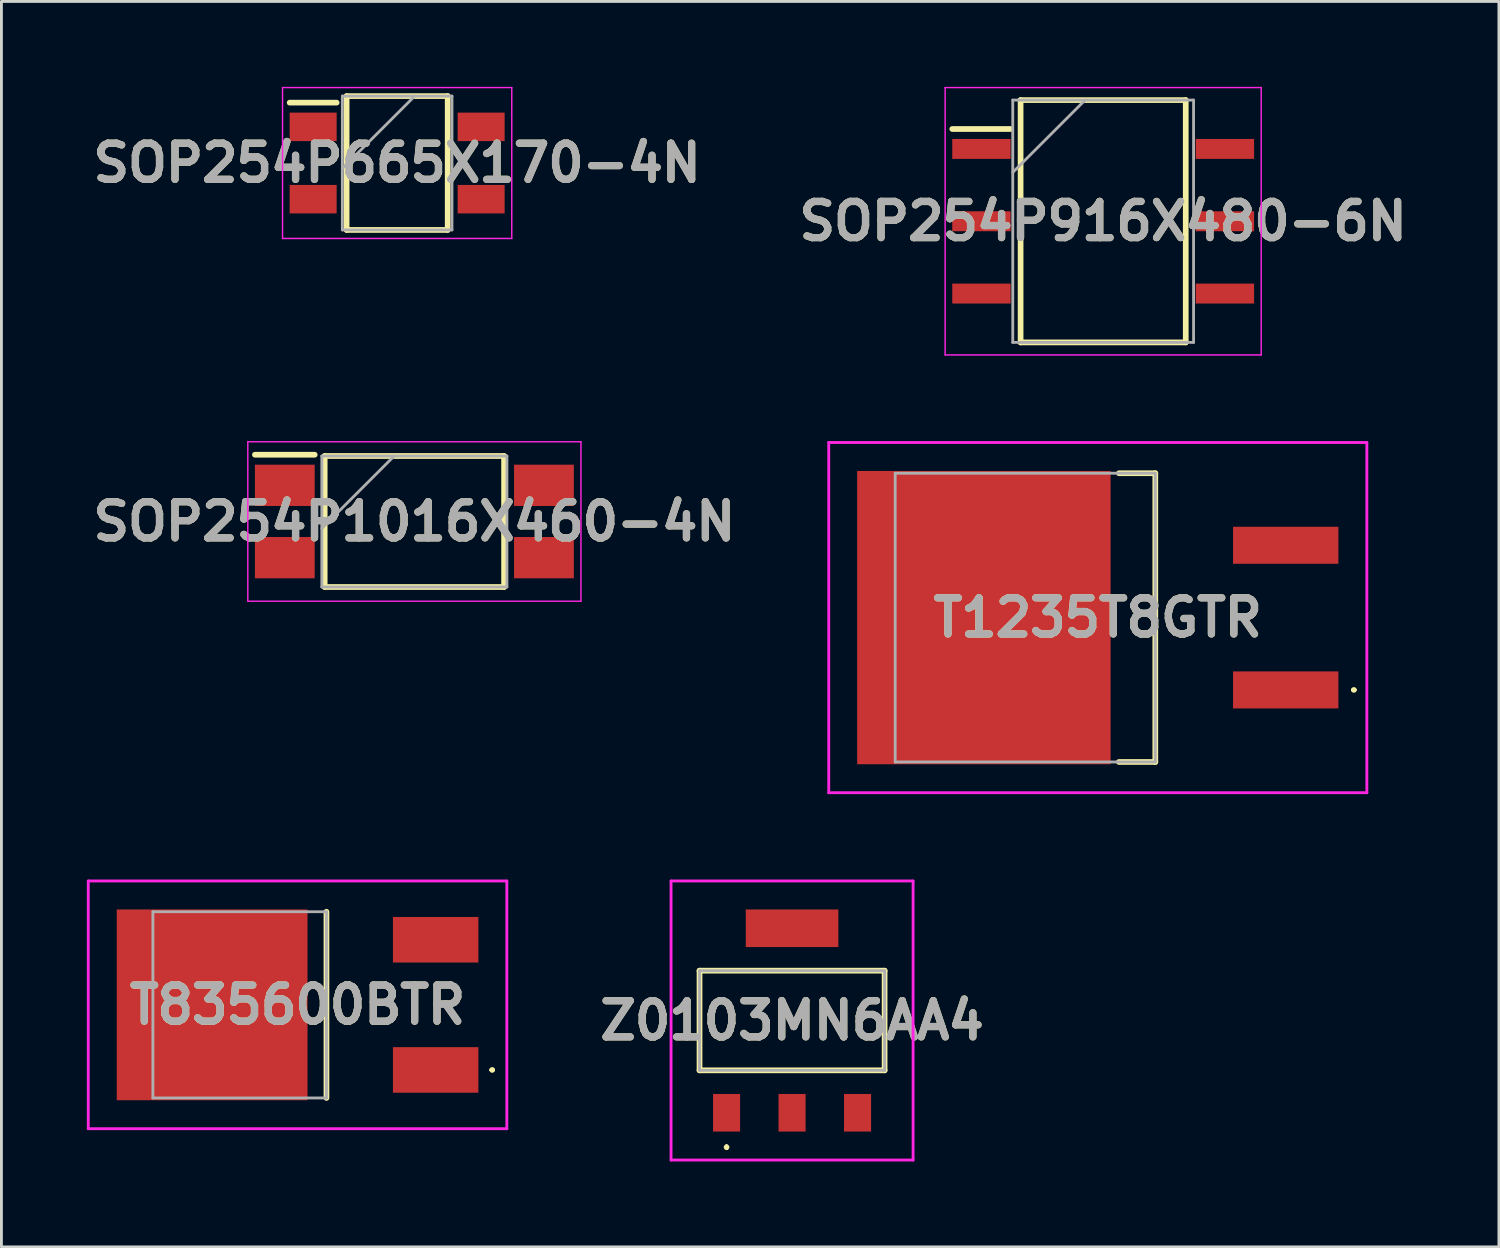
<source format=kicad_pcb>
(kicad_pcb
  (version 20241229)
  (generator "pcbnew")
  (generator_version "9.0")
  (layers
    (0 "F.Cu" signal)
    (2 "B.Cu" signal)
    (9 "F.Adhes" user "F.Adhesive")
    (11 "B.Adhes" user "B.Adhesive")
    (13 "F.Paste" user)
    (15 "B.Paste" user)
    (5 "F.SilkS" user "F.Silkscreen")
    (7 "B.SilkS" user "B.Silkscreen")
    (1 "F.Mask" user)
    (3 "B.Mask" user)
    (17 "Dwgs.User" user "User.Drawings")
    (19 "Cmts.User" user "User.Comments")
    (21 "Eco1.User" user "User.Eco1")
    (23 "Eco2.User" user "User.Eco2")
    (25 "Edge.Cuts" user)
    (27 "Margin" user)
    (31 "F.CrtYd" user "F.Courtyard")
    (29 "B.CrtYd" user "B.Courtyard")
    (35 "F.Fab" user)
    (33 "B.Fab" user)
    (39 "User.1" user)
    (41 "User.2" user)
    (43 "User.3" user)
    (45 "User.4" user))
  (footprint "SOP254P1016X460-4N"
    (layer "F.Cu")
    (at 11.503 15.265)
    (property "Reference" "SOP254P1016X460-4N" (at 0 0 0) (layer "F.SilkS") (effects (font (size 1.27 1.27) (thickness 0.254))))
    (attr smd)
    (fp_line (start -5.6 -2.345) (end -3.5 -2.345) (stroke (width 0.2) (type solid)) (layer "F.SilkS"))
    (fp_line (start -3.15 -2.3) (end 3.15 -2.3) (stroke (width 0.2) (type solid)) (layer "F.SilkS"))
    (fp_line (start -3.15 2.3) (end -3.15 -2.3) (stroke (width 0.2) (type solid)) (layer "F.SilkS"))
    (fp_line (start 3.15 -2.3) (end 3.15 2.3) (stroke (width 0.2) (type solid)) (layer "F.SilkS"))
    (fp_line (start 3.15 2.3) (end -3.15 2.3) (stroke (width 0.2) (type solid)) (layer "F.SilkS"))
    (fp_line (start -5.85 -2.8) (end 5.85 -2.8) (stroke (width 0.05) (type solid)) (layer "F.CrtYd"))
    (fp_line (start -5.85 2.8) (end -5.85 -2.8) (stroke (width 0.05) (type solid)) (layer "F.CrtYd"))
    (fp_line (start 5.85 -2.8) (end 5.85 2.8) (stroke (width 0.05) (type solid)) (layer "F.CrtYd"))
    (fp_line (start 5.85 2.8) (end -5.85 2.8) (stroke (width 0.05) (type solid)) (layer "F.CrtYd"))
    (fp_line (start -3.25 -2.3) (end 3.25 -2.3) (stroke (width 0.1) (type solid)) (layer "F.Fab"))
    (fp_line (start -3.25 0.24) (end -0.71 -2.3) (stroke (width 0.1) (type solid)) (layer "F.Fab"))
    (fp_line (start -3.25 2.3) (end -3.25 -2.3) (stroke (width 0.1) (type solid)) (layer "F.Fab"))
    (fp_line (start 3.25 -2.3) (end 3.25 2.3) (stroke (width 0.1) (type solid)) (layer "F.Fab"))
    (fp_line (start 3.25 2.3) (end -3.25 2.3) (stroke (width 0.1) (type solid)) (layer "F.Fab"))
    (fp_text user "${REFERENCE}" (at 0 0 0) (layer "F.Fab") (effects (font (size 1.27 1.27) (thickness 0.254))))
    (pad "1" smd rect (at -4.55 -1.27 90) (size 1.45 2.1) (layers "F.Cu" "F.Mask" "F.Paste"))
    (pad "2" smd rect (at -4.55 1.27 90) (size 1.45 2.1) (layers "F.Cu" "F.Mask" "F.Paste"))
    (pad "3" smd rect (at 4.55 1.27 90) (size 1.45 2.1) (layers "F.Cu" "F.Mask" "F.Paste"))
    (pad "4" smd rect (at 4.55 -1.27 90) (size 1.45 2.1) (layers "F.Cu" "F.Mask" "F.Paste")))
  (footprint "T1235T8GTR"
    (layer "F.Cu")
    (at 35.504 18.64)
    (property "Reference" "T1235T8GTR" (at 0 0 0) (layer "F.SilkS") (effects (font (size 1.27 1.27) (thickness 0.254))))
    (attr smd)
    (fp_line (start 0.743 -5.07) (end 2.02 -5.07) (stroke (width 0.2) (type solid)) (layer "F.SilkS"))
    (fp_line (start 2.02 -5.07) (end 2.02 5.07) (stroke (width 0.2) (type solid)) (layer "F.SilkS"))
    (fp_line (start 2.02 5.07) (end 0.743 5.07) (stroke (width 0.2) (type solid)) (layer "F.SilkS"))
    (fp_line (start 8.943 2.54) (end 8.943 2.54) (stroke (width 0.1) (type solid)) (layer "F.SilkS"))
    (fp_line (start 9.043 2.54) (end 9.043 2.54) (stroke (width 0.1) (type solid)) (layer "F.SilkS"))
    (fp_arc (start 8.943 2.54) (mid 8.993 2.49) (end 9.043 2.54) (stroke (width 0.1) (type solid)) (layer "F.SilkS"))
    (fp_arc (start 9.043 2.54) (mid 8.993 2.59) (end 8.943 2.54) (stroke (width 0.1) (type solid)) (layer "F.SilkS"))
    (fp_line (start -9.449 -6.15) (end 9.45 -6.15) (stroke (width 0.1) (type solid)) (layer "F.CrtYd"))
    (fp_line (start -9.449 6.15) (end -9.449 -6.15) (stroke (width 0.1) (type solid)) (layer "F.CrtYd"))
    (fp_line (start 9.45 -6.15) (end 9.45 6.15) (stroke (width 0.1) (type solid)) (layer "F.CrtYd"))
    (fp_line (start 9.45 6.15) (end -9.449 6.15) (stroke (width 0.1) (type solid)) (layer "F.CrtYd"))
    (fp_line (start -7.115 -5.07) (end 2.02 -5.07) (stroke (width 0.1) (type solid)) (layer "F.Fab"))
    (fp_line (start -7.115 5.07) (end -7.115 -5.07) (stroke (width 0.1) (type solid)) (layer "F.Fab"))
    (fp_line (start 2.02 -5.07) (end 2.02 5.07) (stroke (width 0.1) (type solid)) (layer "F.Fab"))
    (fp_line (start 2.02 5.07) (end -7.115 5.07) (stroke (width 0.1) (type solid)) (layer "F.Fab"))
    (fp_text user "${REFERENCE}" (at 0 0 0) (layer "F.Fab") (effects (font (size 1.27 1.27) (thickness 0.254))))
    (pad "1" smd rect (at 6.6 2.54 90) (size 1.3 3.7) (layers "F.Cu" "F.Mask" "F.Paste"))
    (pad "2" smd rect (at -4 0) (size 8.9 10.3) (layers "F.Cu" "F.Mask" "F.Paste"))
    (pad "3" smd rect (at 6.6 -2.54 90) (size 1.3 3.7) (layers "F.Cu" "F.Mask" "F.Paste")))
  (footprint "Z0103MN6AA4"
    (layer "F.Cu")
    (at 24.767 32.79)
    (property "Reference" "Z0103MN6AA4" (at 0 0 0) (layer "F.SilkS") (effects (font (size 1.27 1.27) (thickness 0.254))))
    (attr smd)
    (fp_line (start -3.25 -1.75) (end 3.25 -1.75) (stroke (width 0.2) (type solid)) (layer "F.SilkS"))
    (fp_line (start -3.25 1.75) (end -3.25 -1.75) (stroke (width 0.2) (type solid)) (layer "F.SilkS"))
    (fp_line (start -2.3 4.4) (end -2.3 4.4) (stroke (width 0.1) (type solid)) (layer "F.SilkS"))
    (fp_line (start -2.3 4.5) (end -2.3 4.5) (stroke (width 0.1) (type solid)) (layer "F.SilkS"))
    (fp_line (start 3.25 -1.75) (end 3.25 1.75) (stroke (width 0.2) (type solid)) (layer "F.SilkS"))
    (fp_line (start 3.25 1.75) (end -3.25 1.75) (stroke (width 0.2) (type solid)) (layer "F.SilkS"))
    (fp_arc (start -2.3 4.4) (mid -2.25 4.45) (end -2.3 4.5) (stroke (width 0.1) (type solid)) (layer "F.SilkS"))
    (fp_arc (start -2.3 4.5) (mid -2.35 4.45) (end -2.3 4.4) (stroke (width 0.1) (type solid)) (layer "F.SilkS"))
    (fp_line (start -4.25 -4.9) (end 4.25 -4.9) (stroke (width 0.1) (type solid)) (layer "F.CrtYd"))
    (fp_line (start -4.25 4.9) (end -4.25 -4.9) (stroke (width 0.1) (type solid)) (layer "F.CrtYd"))
    (fp_line (start 4.25 -4.9) (end 4.25 4.9) (stroke (width 0.1) (type solid)) (layer "F.CrtYd"))
    (fp_line (start 4.25 4.9) (end -4.25 4.9) (stroke (width 0.1) (type solid)) (layer "F.CrtYd"))
    (fp_line (start -3.25 -1.75) (end 3.25 -1.75) (stroke (width 0.1) (type solid)) (layer "F.Fab"))
    (fp_line (start -3.25 1.75) (end -3.25 -1.75) (stroke (width 0.1) (type solid)) (layer "F.Fab"))
    (fp_line (start 3.25 -1.75) (end 3.25 1.75) (stroke (width 0.1) (type solid)) (layer "F.Fab"))
    (fp_line (start 3.25 1.75) (end -3.25 1.75) (stroke (width 0.1) (type solid)) (layer "F.Fab"))
    (fp_text user "${REFERENCE}" (at 0 0 0) (layer "F.Fab") (effects (font (size 1.27 1.27) (thickness 0.254))))
    (pad "1" smd rect (at -2.3 3.24) (size 0.95 1.32) (layers "F.Cu" "F.Mask" "F.Paste"))
    (pad "2" smd rect (at 0 3.24) (size 0.95 1.32) (layers "F.Cu" "F.Mask" "F.Paste"))
    (pad "3" smd rect (at 2.3 3.24) (size 0.95 1.32) (layers "F.Cu" "F.Mask" "F.Paste"))
    (pad "4" smd rect (at 0 -3.24 90) (size 1.32 3.25) (layers "F.Cu" "F.Mask" "F.Paste")))
  (footprint "SOP254P916X480-6N"
    (layer "F.Cu")
    (at 35.693 4.72)
    (property "Reference" "SOP254P916X480-6N" (at 0 0 0) (layer "F.SilkS") (effects (font (size 1.27 1.27) (thickness 0.254))))
    (attr smd)
    (fp_line (start -5.3 -3.24) (end -3.25 -3.24) (stroke (width 0.2) (type solid)) (layer "F.SilkS"))
    (fp_line (start -2.9 -4.255) (end 2.9 -4.255) (stroke (width 0.2) (type solid)) (layer "F.SilkS"))
    (fp_line (start -2.9 4.255) (end -2.9 -4.255) (stroke (width 0.2) (type solid)) (layer "F.SilkS"))
    (fp_line (start 2.9 -4.255) (end 2.9 4.255) (stroke (width 0.2) (type solid)) (layer "F.SilkS"))
    (fp_line (start 2.9 4.255) (end -2.9 4.255) (stroke (width 0.2) (type solid)) (layer "F.SilkS"))
    (fp_line (start -5.55 -4.695) (end 5.55 -4.695) (stroke (width 0.05) (type solid)) (layer "F.CrtYd"))
    (fp_line (start -5.55 4.695) (end -5.55 -4.695) (stroke (width 0.05) (type solid)) (layer "F.CrtYd"))
    (fp_line (start 5.55 -4.695) (end 5.55 4.695) (stroke (width 0.05) (type solid)) (layer "F.CrtYd"))
    (fp_line (start 5.55 4.695) (end -5.55 4.695) (stroke (width 0.05) (type solid)) (layer "F.CrtYd"))
    (fp_line (start -3.175 -4.255) (end 3.175 -4.255) (stroke (width 0.1) (type solid)) (layer "F.Fab"))
    (fp_line (start -3.175 -1.715) (end -0.635 -4.255) (stroke (width 0.1) (type solid)) (layer "F.Fab"))
    (fp_line (start -3.175 4.255) (end -3.175 -4.255) (stroke (width 0.1) (type solid)) (layer "F.Fab"))
    (fp_line (start 3.175 -4.255) (end 3.175 4.255) (stroke (width 0.1) (type solid)) (layer "F.Fab"))
    (fp_line (start 3.175 4.255) (end -3.175 4.255) (stroke (width 0.1) (type solid)) (layer "F.Fab"))
    (fp_text user "${REFERENCE}" (at 0 0 0) (layer "F.Fab") (effects (font (size 1.27 1.27) (thickness 0.254))))
    (pad "1" smd rect (at -4.275 -2.54 90) (size 0.7 2.05) (layers "F.Cu" "F.Mask" "F.Paste"))
    (pad "2" smd rect (at -4.275 0 90) (size 0.7 2.05) (layers "F.Cu" "F.Mask" "F.Paste"))
    (pad "3" smd rect (at -4.275 2.54 90) (size 0.7 2.05) (layers "F.Cu" "F.Mask" "F.Paste"))
    (pad "4" smd rect (at 4.275 2.54 90) (size 0.7 2.05) (layers "F.Cu" "F.Mask" "F.Paste"))
    (pad "5" smd rect (at 4.275 0 90) (size 0.7 2.05) (layers "F.Cu" "F.Mask" "F.Paste"))
    (pad "6" smd rect (at 4.275 -2.54 90) (size 0.7 2.05) (layers "F.Cu" "F.Mask" "F.Paste")))
  (footprint "T835600BTR"
    (layer "F.Cu")
    (at 7.285 32.24)
    (property "Reference" "T835600BTR" (at 0.115 0 0) (layer "F.SilkS") (effects (font (size 1.27 1.27) (thickness 0.254))))
    (attr smd)
    (fp_line (start 1.13 -3.27) (end 1.13 3.27) (stroke (width 0.2) (type solid)) (layer "F.SilkS"))
    (fp_line (start 6.9 2.286) (end 6.9 2.286) (stroke (width 0.1) (type solid)) (layer "F.SilkS"))
    (fp_line (start 7 2.286) (end 7 2.286) (stroke (width 0.1) (type solid)) (layer "F.SilkS"))
    (fp_arc (start 6.9 2.286) (mid 6.95 2.236) (end 7 2.286) (stroke (width 0.1) (type solid)) (layer "F.SilkS"))
    (fp_arc (start 7 2.286) (mid 6.95 2.336) (end 6.9 2.286) (stroke (width 0.1) (type solid)) (layer "F.SilkS"))
    (fp_line (start -7.235 -4.35) (end 7.465 -4.35) (stroke (width 0.1) (type solid)) (layer "F.CrtYd"))
    (fp_line (start -7.235 4.35) (end -7.235 -4.35) (stroke (width 0.1) (type solid)) (layer "F.CrtYd"))
    (fp_line (start 7.465 -4.35) (end 7.465 4.35) (stroke (width 0.1) (type solid)) (layer "F.CrtYd"))
    (fp_line (start 7.465 4.35) (end -7.235 4.35) (stroke (width 0.1) (type solid)) (layer "F.CrtYd"))
    (fp_line (start -4.965 -3.27) (end 1.13 -3.27) (stroke (width 0.1) (type solid)) (layer "F.Fab"))
    (fp_line (start -4.965 3.27) (end -4.965 -3.27) (stroke (width 0.1) (type solid)) (layer "F.Fab"))
    (fp_line (start 1.13 -3.27) (end 1.13 3.27) (stroke (width 0.1) (type solid)) (layer "F.Fab"))
    (fp_line (start 1.13 3.27) (end -4.965 3.27) (stroke (width 0.1) (type solid)) (layer "F.Fab"))
    (fp_text user "${REFERENCE}" (at 0.115 0 0) (layer "F.Fab") (effects (font (size 1.27 1.27) (thickness 0.254))))
    (pad "1" smd rect (at 4.965 2.286 90) (size 1.6 3) (layers "F.Cu" "F.Mask" "F.Paste"))
    (pad "2" smd rect (at -2.885 0 90) (size 6.7 6.7) (layers "F.Cu" "F.Mask" "F.Paste"))
    (pad "3" smd rect (at 4.965 -2.286 90) (size 1.6 3) (layers "F.Cu" "F.Mask" "F.Paste")))
  (footprint "SOP254P665X170-4N"
    (layer "F.Cu")
    (at 10.898 2.675)
    (property "Reference" "SOP254P665X170-4N" (at 0 0 0) (layer "F.SilkS") (effects (font (size 1.27 1.27) (thickness 0.254))))
    (attr smd)
    (fp_line (start -3.775 -2.12) (end -2.125 -2.12) (stroke (width 0.2) (type solid)) (layer "F.SilkS"))
    (fp_line (start -1.775 -2.35) (end 1.775 -2.35) (stroke (width 0.2) (type solid)) (layer "F.SilkS"))
    (fp_line (start -1.775 2.35) (end -1.775 -2.35) (stroke (width 0.2) (type solid)) (layer "F.SilkS"))
    (fp_line (start 1.775 -2.35) (end 1.775 2.35) (stroke (width 0.2) (type solid)) (layer "F.SilkS"))
    (fp_line (start 1.775 2.35) (end -1.775 2.35) (stroke (width 0.2) (type solid)) (layer "F.SilkS"))
    (fp_line (start -4.025 -2.65) (end 4.025 -2.65) (stroke (width 0.05) (type solid)) (layer "F.CrtYd"))
    (fp_line (start -4.025 2.65) (end -4.025 -2.65) (stroke (width 0.05) (type solid)) (layer "F.CrtYd"))
    (fp_line (start 4.025 -2.65) (end 4.025 2.65) (stroke (width 0.05) (type solid)) (layer "F.CrtYd"))
    (fp_line (start 4.025 2.65) (end -4.025 2.65) (stroke (width 0.05) (type solid)) (layer "F.CrtYd"))
    (fp_line (start -1.925 -2.35) (end 1.925 -2.35) (stroke (width 0.1) (type solid)) (layer "F.Fab"))
    (fp_line (start -1.925 0.19) (end 0.615 -2.35) (stroke (width 0.1) (type solid)) (layer "F.Fab"))
    (fp_line (start -1.925 2.35) (end -1.925 -2.35) (stroke (width 0.1) (type solid)) (layer "F.Fab"))
    (fp_line (start 1.925 -2.35) (end 1.925 2.35) (stroke (width 0.1) (type solid)) (layer "F.Fab"))
    (fp_line (start 1.925 2.35) (end -1.925 2.35) (stroke (width 0.1) (type solid)) (layer "F.Fab"))
    (fp_text user "${REFERENCE}" (at 0 0 0) (layer "F.Fab") (effects (font (size 1.27 1.27) (thickness 0.254))))
    (pad "1" smd rect (at -2.95 -1.27 90) (size 1 1.65) (layers "F.Cu" "F.Mask" "F.Paste"))
    (pad "2" smd rect (at -2.95 1.27 90) (size 1 1.65) (layers "F.Cu" "F.Mask" "F.Paste"))
    (pad "3" smd rect (at 2.95 1.27 90) (size 1 1.65) (layers "F.Cu" "F.Mask" "F.Paste"))
    (pad "4" smd rect (at 2.95 -1.27 90) (size 1 1.65) (layers "F.Cu" "F.Mask" "F.Paste")))
  (gr_rect
    (start -3 -3)
    (end 49.591 40.74)
    (stroke (width 0.1) (type default))
    (fill no)
    (layer "Edge.Cuts")))
</source>
